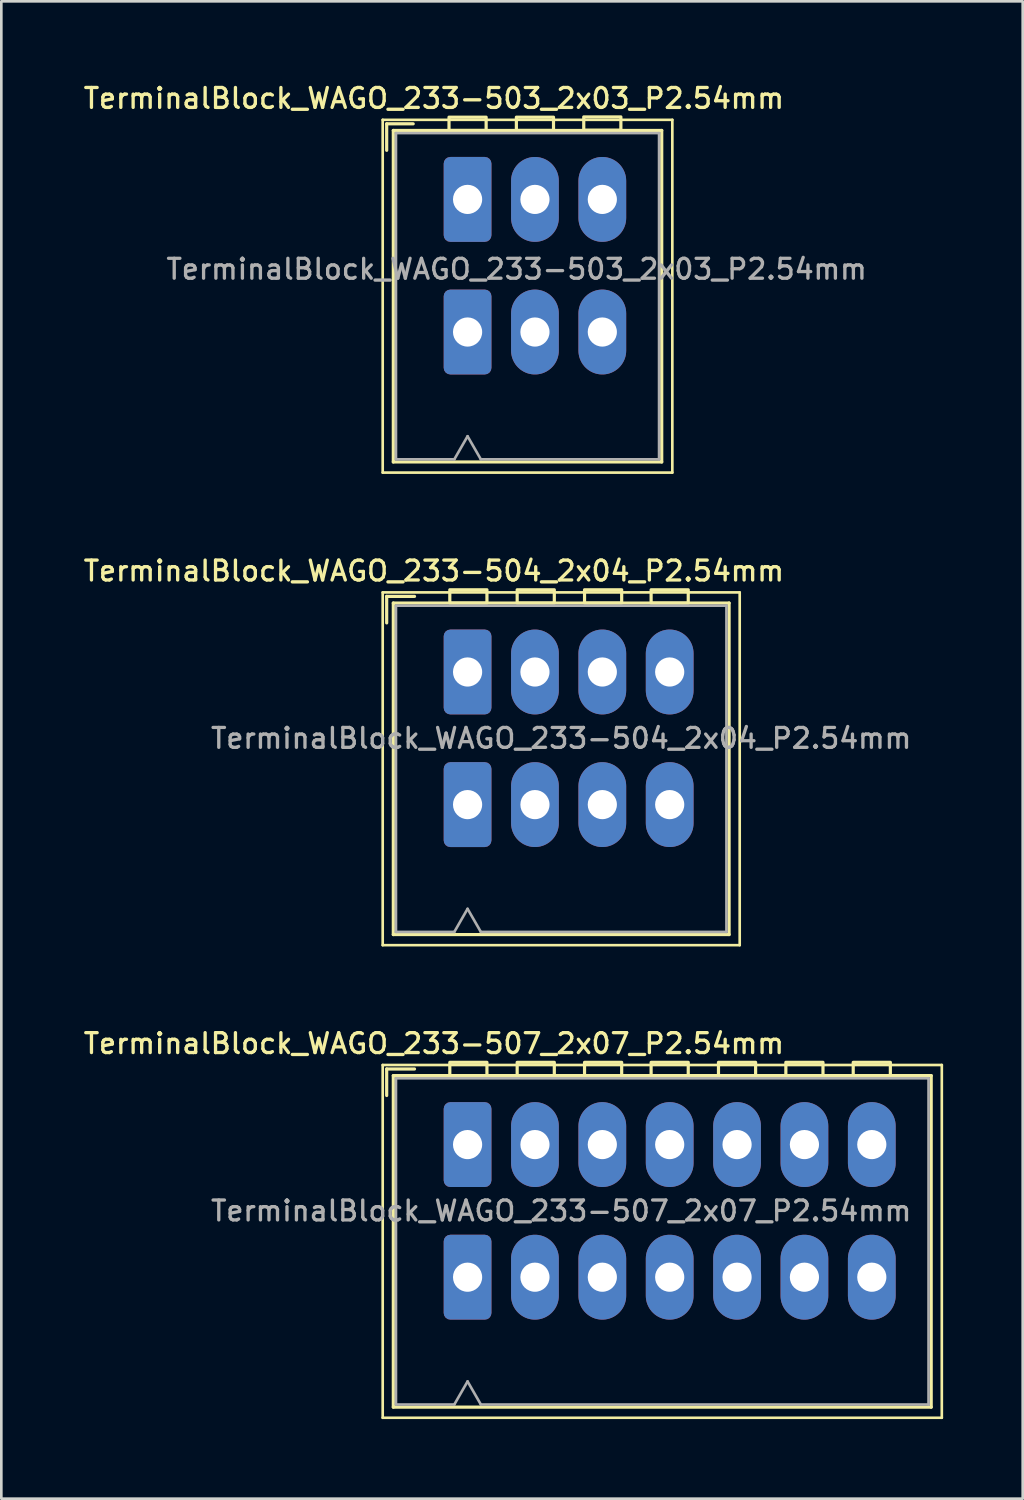
<source format=kicad_pcb>
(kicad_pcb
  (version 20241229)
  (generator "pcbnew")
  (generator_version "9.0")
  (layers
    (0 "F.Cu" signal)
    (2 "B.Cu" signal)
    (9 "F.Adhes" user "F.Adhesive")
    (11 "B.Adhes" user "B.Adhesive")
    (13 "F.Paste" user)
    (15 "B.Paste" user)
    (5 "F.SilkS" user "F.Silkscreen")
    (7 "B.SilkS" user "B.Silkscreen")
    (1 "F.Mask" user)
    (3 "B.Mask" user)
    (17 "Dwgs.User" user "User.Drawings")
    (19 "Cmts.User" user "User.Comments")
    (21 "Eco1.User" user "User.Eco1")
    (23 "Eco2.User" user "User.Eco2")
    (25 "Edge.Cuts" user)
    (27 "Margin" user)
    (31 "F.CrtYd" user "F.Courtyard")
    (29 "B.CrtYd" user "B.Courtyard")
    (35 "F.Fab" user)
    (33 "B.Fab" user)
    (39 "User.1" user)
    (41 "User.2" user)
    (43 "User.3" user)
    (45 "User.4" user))
  (footprint "TerminalBlock_WAGO_233-503_2x03_P2.54mm"
    (layer "F.Cu")
    (at 14.579 4.468)
    (property "Reference" "TerminalBlock_WAGO_233-503_2x03_P2.54mm" (at -1.27 -3.81 0) (layer "F.SilkS") (effects (font (size 0.75 0.75) (thickness 0.125))))
    (attr through_hole)
    (fp_line (start -3.2 -3) (end 7.72 -3) (stroke (width 0.1) (type solid)) (layer "F.SilkS"))
    (fp_line (start -3.2 10.3) (end -3.2 -3) (stroke (width 0.1) (type solid)) (layer "F.SilkS"))
    (fp_line (start -3.05 -2.85) (end -3.05 -1.85) (stroke (width 0.12) (type default)) (layer "F.SilkS"))
    (fp_line (start -3.05 -2.85) (end -2.05 -2.85) (stroke (width 0.12) (type default)) (layer "F.SilkS"))
    (fp_line (start -2.8 -2.6) (end 7.32 -2.6) (stroke (width 0.12) (type solid)) (layer "F.SilkS"))
    (fp_line (start -2.8 9.9) (end -2.8 -2.6) (stroke (width 0.12) (type solid)) (layer "F.SilkS"))
    (fp_line (start 7.32 9.9) (end -2.8 9.9) (stroke (width 0.12) (type solid)) (layer "F.SilkS"))
    (fp_line (start 7.32 9.9) (end 7.32 -2.6) (stroke (width 0.12) (type solid)) (layer "F.SilkS"))
    (fp_line (start 7.72 -3) (end 7.72 10.3) (stroke (width 0.1) (type solid)) (layer "F.SilkS"))
    (fp_line (start 7.72 10.3) (end -3.2 10.3) (stroke (width 0.1) (type solid)) (layer "F.SilkS"))
    (fp_rect (start -0.7 -3.1) (end 0.7 -2.6) (stroke (width 0.12) (type default)) (fill no) (layer "F.SilkS"))
    (fp_rect (start 1.84 -3.1) (end 3.24 -2.6) (stroke (width 0.12) (type default)) (fill no) (layer "F.SilkS"))
    (fp_rect (start 4.38 -3.11) (end 5.78 -2.61) (stroke (width 0.12) (type default)) (fill no) (layer "F.SilkS"))
    (fp_line (start -2.7 -2.5) (end 7.22 -2.5) (stroke (width 0.1) (type default)) (layer "F.Fab"))
    (fp_line (start -2.7 9.8) (end -2.7 -2.5) (stroke (width 0.1) (type default)) (layer "F.Fab"))
    (fp_line (start -2.7 9.8) (end -0.5 9.8) (stroke (width 0.1) (type default)) (layer "F.Fab"))
    (fp_line (start 0 8.93) (end -0.5 9.8) (stroke (width 0.1) (type default)) (layer "F.Fab"))
    (fp_line (start 0.5 9.8) (end 0 8.93) (stroke (width 0.1) (type default)) (layer "F.Fab"))
    (fp_line (start 0.5 9.8) (end 7.22 9.8) (stroke (width 0.1) (type default)) (layer "F.Fab"))
    (fp_line (start 7.22 9.8) (end 7.22 -2.5) (stroke (width 0.1) (type default)) (layer "F.Fab"))
    (fp_text user "${REFERENCE}" (at 1.85 2.63 0) (layer "F.Fab") (effects (font (size 0.75 0.75) (thickness 0.125))))
    (pad "1" thru_hole roundrect (at 0 0) (size 1.8 3.2) (drill 1.1) (layers "*.Cu" "*.Mask") (roundrect_rratio 0.139))
    (pad "1" thru_hole roundrect (at 0 5) (size 1.8 3.2) (drill 1.1) (layers "*.Cu" "*.Mask") (roundrect_rratio 0.139))
    (pad "2" thru_hole oval (at 2.54 0) (size 1.8 3.2) (drill 1.1) (layers "*.Cu" "*.Mask"))
    (pad "2" thru_hole oval (at 2.54 5) (size 1.8 3.2) (drill 1.1) (layers "*.Cu" "*.Mask"))
    (pad "3" thru_hole oval (at 5.08 0) (size 1.8 3.2) (drill 1.1) (layers "*.Cu" "*.Mask"))
    (pad "3" thru_hole oval (at 5.08 5) (size 1.8 3.2) (drill 1.1) (layers "*.Cu" "*.Mask")))
  (footprint "TerminalBlock_WAGO_233-507_2x07_P2.54mm"
    (layer "F.Cu")
    (at 14.579 40.104)
    (property "Reference" "TerminalBlock_WAGO_233-507_2x07_P2.54mm" (at -1.27 -3.81 0) (layer "F.SilkS") (effects (font (size 0.75 0.75) (thickness 0.125))))
    (attr through_hole)
    (fp_line (start -3.2 -3) (end 17.88 -3) (stroke (width 0.1) (type solid)) (layer "F.SilkS"))
    (fp_line (start -3.2 10.3) (end -3.2 -3) (stroke (width 0.1) (type solid)) (layer "F.SilkS"))
    (fp_line (start -3.05 -2.85) (end -3.05 -1.85) (stroke (width 0.12) (type default)) (layer "F.SilkS"))
    (fp_line (start -3.05 -2.85) (end -2 -2.85) (stroke (width 0.12) (type default)) (layer "F.SilkS"))
    (fp_line (start -2.8 -2.6) (end 17.48 -2.6) (stroke (width 0.12) (type solid)) (layer "F.SilkS"))
    (fp_line (start -2.8 9.9) (end -2.8 -2.6) (stroke (width 0.12) (type solid)) (layer "F.SilkS"))
    (fp_line (start 17.48 -2.6) (end 17.48 9.9) (stroke (width 0.12) (type solid)) (layer "F.SilkS"))
    (fp_line (start 17.48 9.9) (end -2.8 9.9) (stroke (width 0.12) (type solid)) (layer "F.SilkS"))
    (fp_line (start 17.88 -3) (end 17.88 10.3) (stroke (width 0.1) (type solid)) (layer "F.SilkS"))
    (fp_line (start 17.88 10.3) (end -3.2 10.3) (stroke (width 0.1) (type solid)) (layer "F.SilkS"))
    (fp_rect (start -0.67 -3.1) (end 0.73 -2.6) (stroke (width 0.12) (type default)) (fill no) (layer "F.SilkS"))
    (fp_rect (start 1.87 -3.1) (end 3.27 -2.6) (stroke (width 0.12) (type default)) (fill no) (layer "F.SilkS"))
    (fp_rect (start 4.41 -3.1) (end 5.81 -2.6) (stroke (width 0.12) (type default)) (fill no) (layer "F.SilkS"))
    (fp_rect (start 6.92 -3.1) (end 8.32 -2.6) (stroke (width 0.12) (type default)) (fill no) (layer "F.SilkS"))
    (fp_rect (start 9.46 -3.101) (end 10.86 -2.601) (stroke (width 0.12) (type default)) (fill no) (layer "F.SilkS"))
    (fp_rect (start 12 -3.101) (end 13.4 -2.601) (stroke (width 0.12) (type default)) (fill no) (layer "F.SilkS"))
    (fp_rect (start 14.54 -3.1) (end 15.94 -2.6) (stroke (width 0.12) (type default)) (fill no) (layer "F.SilkS"))
    (fp_line (start -2.7 -2.5) (end 17.38 -2.5) (stroke (width 0.1) (type default)) (layer "F.Fab"))
    (fp_line (start -2.7 9.8) (end -2.7 -2.5) (stroke (width 0.1) (type default)) (layer "F.Fab"))
    (fp_line (start -2.7 9.8) (end -0.5 9.8) (stroke (width 0.1) (type default)) (layer "F.Fab"))
    (fp_line (start 0 8.93) (end -0.5 9.8) (stroke (width 0.1) (type default)) (layer "F.Fab"))
    (fp_line (start 0.5 9.8) (end 0 8.93) (stroke (width 0.1) (type default)) (layer "F.Fab"))
    (fp_line (start 0.5 9.8) (end 17.38 9.8) (stroke (width 0.1) (type default)) (layer "F.Fab"))
    (fp_line (start 17.38 -2.5) (end 17.38 9.8) (stroke (width 0.1) (type default)) (layer "F.Fab"))
    (fp_text user "${REFERENCE}" (at 3.53 2.5 0) (layer "F.Fab") (effects (font (size 0.75 0.75) (thickness 0.125))))
    (pad "1" thru_hole roundrect (at 0 0) (size 1.8 3.2) (drill 1.1) (layers "*.Cu" "*.Mask") (roundrect_rratio 0.139))
    (pad "1" thru_hole roundrect (at 0 5) (size 1.8 3.2) (drill 1.1) (layers "*.Cu" "*.Mask") (roundrect_rratio 0.139))
    (pad "2" thru_hole oval (at 2.54 0) (size 1.8 3.2) (drill 1.1) (layers "*.Cu" "*.Mask"))
    (pad "2" thru_hole oval (at 2.54 5) (size 1.8 3.2) (drill 1.1) (layers "*.Cu" "*.Mask"))
    (pad "3" thru_hole oval (at 5.08 0) (size 1.8 3.2) (drill 1.1) (layers "*.Cu" "*.Mask"))
    (pad "3" thru_hole oval (at 5.08 5) (size 1.8 3.2) (drill 1.1) (layers "*.Cu" "*.Mask"))
    (pad "4" thru_hole oval (at 7.62 0) (size 1.8 3.2) (drill 1.1) (layers "*.Cu" "*.Mask"))
    (pad "4" thru_hole oval (at 7.62 5) (size 1.8 3.2) (drill 1.1) (layers "*.Cu" "*.Mask"))
    (pad "5" thru_hole oval (at 10.16 0) (size 1.8 3.2) (drill 1.1) (layers "*.Cu" "*.Mask"))
    (pad "5" thru_hole oval (at 10.16 5) (size 1.8 3.2) (drill 1.1) (layers "*.Cu" "*.Mask"))
    (pad "6" thru_hole oval (at 12.7 0) (size 1.8 3.2) (drill 1.1) (layers "*.Cu" "*.Mask"))
    (pad "6" thru_hole oval (at 12.7 5) (size 1.8 3.2) (drill 1.1) (layers "*.Cu" "*.Mask"))
    (pad "7" thru_hole oval (at 15.24 0) (size 1.8 3.2) (drill 1.1) (layers "*.Cu" "*.Mask"))
    (pad "7" thru_hole oval (at 15.24 5) (size 1.8 3.2) (drill 1.1) (layers "*.Cu" "*.Mask")))
  (footprint "TerminalBlock_WAGO_233-504_2x04_P2.54mm"
    (layer "F.Cu")
    (at 14.579 22.286)
    (property "Reference" "TerminalBlock_WAGO_233-504_2x04_P2.54mm" (at -1.27 -3.81 0) (layer "F.SilkS") (effects (font (size 0.75 0.75) (thickness 0.125))))
    (attr through_hole)
    (fp_line (start -3.2 -3) (end 10.26 -3) (stroke (width 0.1) (type solid)) (layer "F.SilkS"))
    (fp_line (start -3.2 10.3) (end -3.2 -3) (stroke (width 0.1) (type solid)) (layer "F.SilkS"))
    (fp_line (start -3.05 -2.85) (end -3.05 -1.85) (stroke (width 0.12) (type default)) (layer "F.SilkS"))
    (fp_line (start -3.05 -2.85) (end -2 -2.85) (stroke (width 0.12) (type default)) (layer "F.SilkS"))
    (fp_line (start -2.8 -2.6) (end 9.86 -2.6) (stroke (width 0.12) (type solid)) (layer "F.SilkS"))
    (fp_line (start -2.8 9.9) (end -2.8 -2.6) (stroke (width 0.12) (type solid)) (layer "F.SilkS"))
    (fp_line (start 9.86 -2.6) (end 9.86 9.9) (stroke (width 0.12) (type solid)) (layer "F.SilkS"))
    (fp_line (start 9.86 9.9) (end -2.8 9.9) (stroke (width 0.12) (type solid)) (layer "F.SilkS"))
    (fp_line (start 10.26 -3) (end 10.26 10.3) (stroke (width 0.1) (type solid)) (layer "F.SilkS"))
    (fp_line (start 10.26 10.3) (end -3.2 10.3) (stroke (width 0.1) (type solid)) (layer "F.SilkS"))
    (fp_rect (start -0.67 -3.1) (end 0.73 -2.6) (stroke (width 0.12) (type default)) (fill no) (layer "F.SilkS"))
    (fp_rect (start 1.87 -3.1) (end 3.27 -2.6) (stroke (width 0.12) (type default)) (fill no) (layer "F.SilkS"))
    (fp_rect (start 4.41 -3.1) (end 5.81 -2.6) (stroke (width 0.12) (type default)) (fill no) (layer "F.SilkS"))
    (fp_rect (start 6.92 -3.099) (end 8.32 -2.599) (stroke (width 0.12) (type default)) (fill no) (layer "F.SilkS"))
    (fp_line (start -2.7 -2.5) (end 9.76 -2.5) (stroke (width 0.1) (type default)) (layer "F.Fab"))
    (fp_line (start -2.7 9.8) (end -2.7 -2.5) (stroke (width 0.1) (type default)) (layer "F.Fab"))
    (fp_line (start -2.7 9.8) (end -0.5 9.8) (stroke (width 0.1) (type default)) (layer "F.Fab"))
    (fp_line (start 0 8.93) (end -0.5 9.8) (stroke (width 0.1) (type default)) (layer "F.Fab"))
    (fp_line (start 0.5 9.8) (end 0 8.93) (stroke (width 0.1) (type default)) (layer "F.Fab"))
    (fp_line (start 0.5 9.8) (end 9.76 9.8) (stroke (width 0.1) (type default)) (layer "F.Fab"))
    (fp_line (start 9.76 -2.5) (end 9.76 9.8) (stroke (width 0.1) (type default)) (layer "F.Fab"))
    (fp_text user "${REFERENCE}" (at 3.53 2.5 0) (layer "F.Fab") (effects (font (size 0.75 0.75) (thickness 0.125))))
    (pad "1" thru_hole roundrect (at 0 0) (size 1.8 3.2) (drill 1.1) (layers "*.Cu" "*.Mask") (roundrect_rratio 0.139))
    (pad "1" thru_hole roundrect (at 0 5) (size 1.8 3.2) (drill 1.1) (layers "*.Cu" "*.Mask") (roundrect_rratio 0.139))
    (pad "2" thru_hole oval (at 2.54 0) (size 1.8 3.2) (drill 1.1) (layers "*.Cu" "*.Mask"))
    (pad "2" thru_hole oval (at 2.54 5) (size 1.8 3.2) (drill 1.1) (layers "*.Cu" "*.Mask"))
    (pad "3" thru_hole oval (at 5.08 0) (size 1.8 3.2) (drill 1.1) (layers "*.Cu" "*.Mask"))
    (pad "3" thru_hole oval (at 5.08 5) (size 1.8 3.2) (drill 1.1) (layers "*.Cu" "*.Mask"))
    (pad "4" thru_hole oval (at 7.62 0) (size 1.8 3.2) (drill 1.1) (layers "*.Cu" "*.Mask"))
    (pad "4" thru_hole oval (at 7.62 5) (size 1.8 3.2) (drill 1.1) (layers "*.Cu" "*.Mask")))
  (gr_rect
    (start -3 -3)
    (end 35.509 53.454)
    (stroke (width 0.1) (type default))
    (fill no)
    (layer "Edge.Cuts")))
</source>
